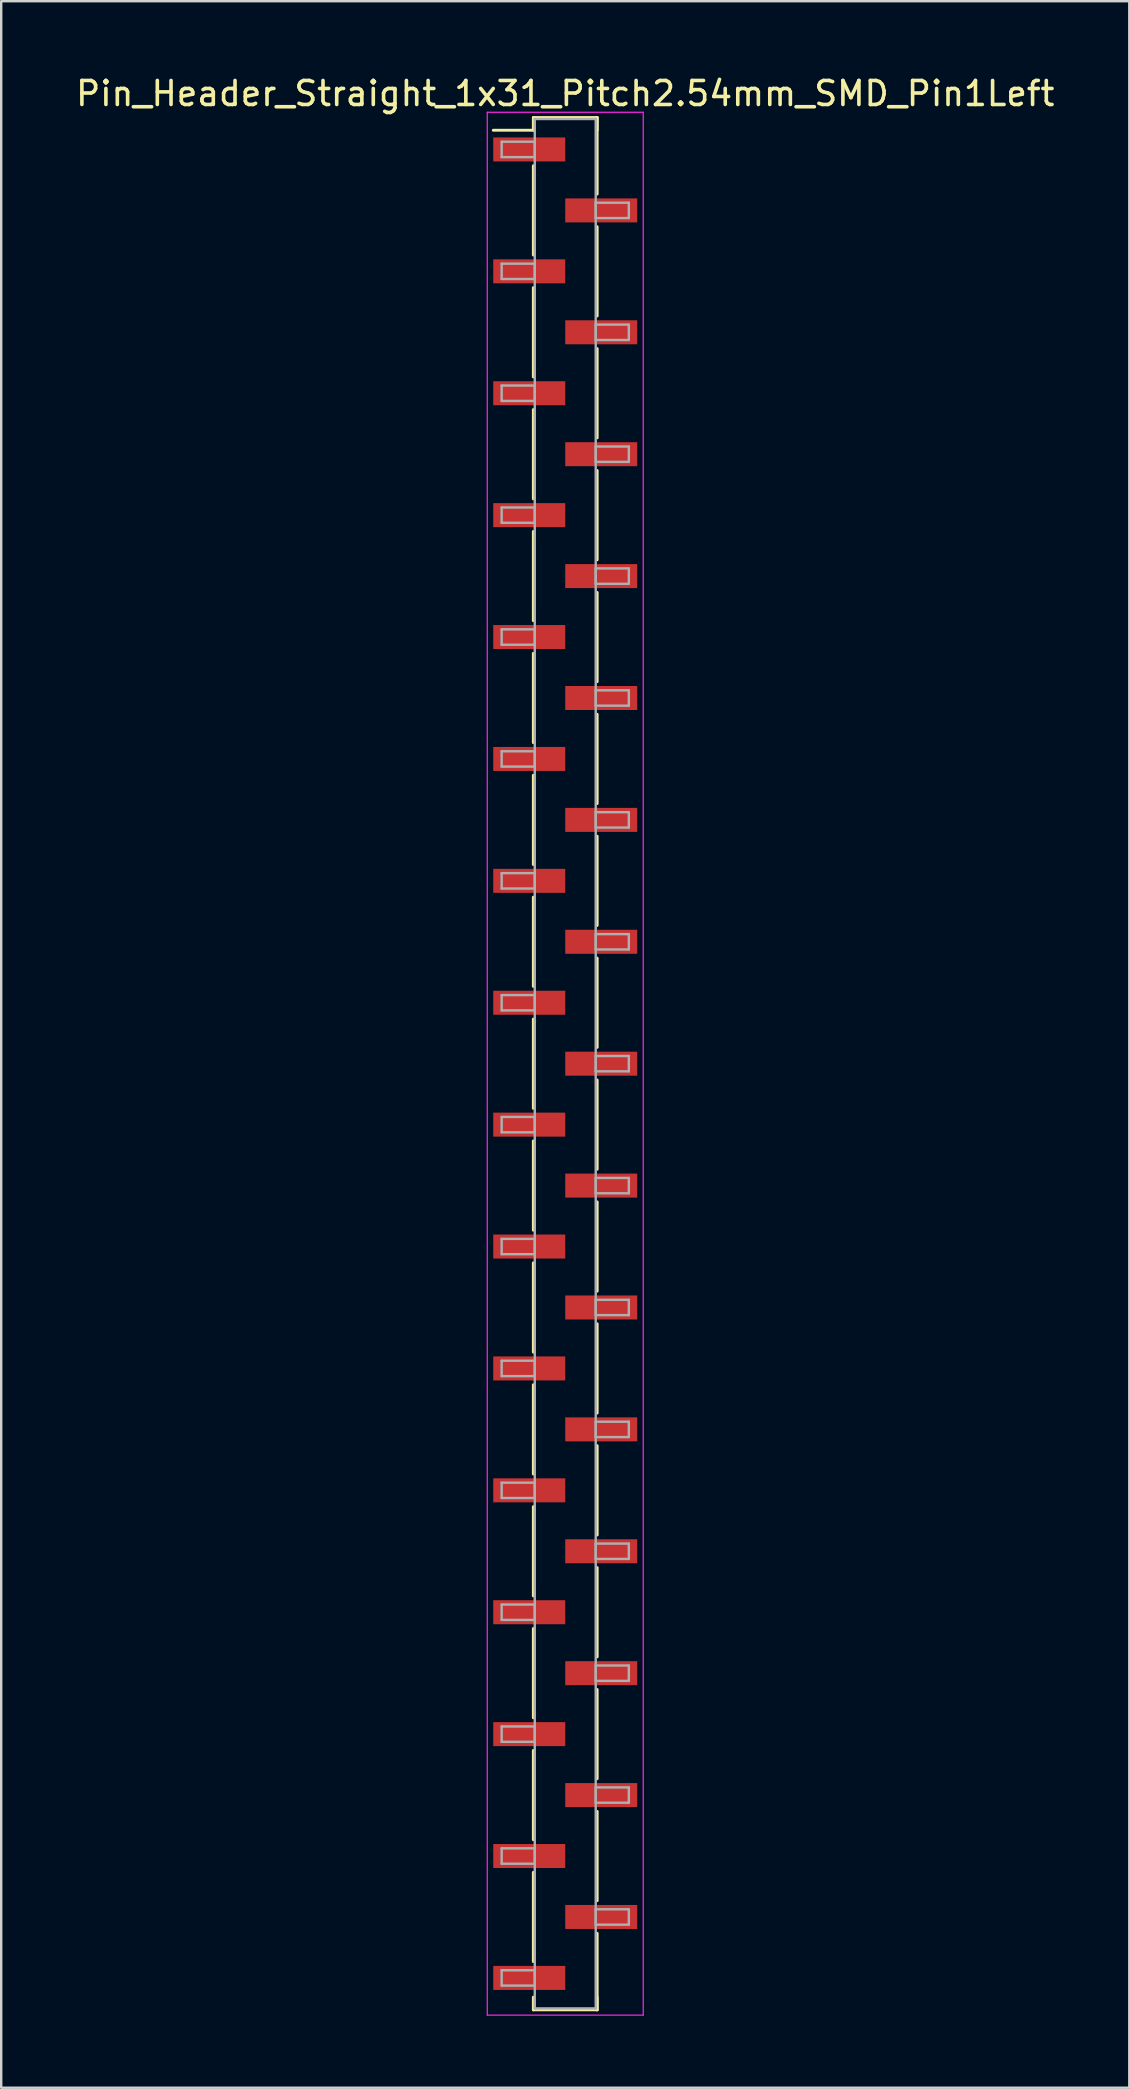
<source format=kicad_pcb>
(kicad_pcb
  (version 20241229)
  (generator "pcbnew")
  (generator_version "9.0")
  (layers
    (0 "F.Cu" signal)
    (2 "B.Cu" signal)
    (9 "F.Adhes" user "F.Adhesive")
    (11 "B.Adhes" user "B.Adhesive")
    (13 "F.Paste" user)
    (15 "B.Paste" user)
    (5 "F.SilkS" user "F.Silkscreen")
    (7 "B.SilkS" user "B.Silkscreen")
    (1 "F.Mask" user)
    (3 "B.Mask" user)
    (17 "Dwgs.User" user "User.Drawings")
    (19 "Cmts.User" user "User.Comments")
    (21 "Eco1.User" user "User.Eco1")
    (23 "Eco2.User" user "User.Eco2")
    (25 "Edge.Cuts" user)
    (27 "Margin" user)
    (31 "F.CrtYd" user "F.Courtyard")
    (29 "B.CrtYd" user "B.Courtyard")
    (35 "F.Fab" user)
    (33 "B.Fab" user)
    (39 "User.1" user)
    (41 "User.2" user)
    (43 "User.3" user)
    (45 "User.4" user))
  (footprint "Pin_Header_Straight_1x31_Pitch2.54mm_SMD_Pin1Left"
    (layer "F.Cu")
    (at 20.506 41.278)
    (property "Reference" "Pin_Header_Straight_1x31_Pitch2.54mm_SMD_Pin1Left" (at 0 -40.43 0) (layer "F.SilkS") (effects (font (size 1 1) (thickness 0.15))))
    (attr smd)
    (fp_line (start -1.33 -39.43) (end 1.33 -39.43) (stroke (width 0.12) (type solid)) (layer "F.SilkS"))
    (fp_line (start -1.33 -38.9) (end -3 -38.9) (stroke (width 0.12) (type solid)) (layer "F.SilkS"))
    (fp_line (start -1.33 -38.9) (end -1.33 -39.43) (stroke (width 0.12) (type solid)) (layer "F.SilkS"))
    (fp_line (start -1.33 -37.42) (end -1.33 -33.7) (stroke (width 0.12) (type solid)) (layer "F.SilkS"))
    (fp_line (start -1.33 -32.34) (end -1.33 -28.62) (stroke (width 0.12) (type solid)) (layer "F.SilkS"))
    (fp_line (start -1.33 -27.26) (end -1.33 -23.54) (stroke (width 0.12) (type solid)) (layer "F.SilkS"))
    (fp_line (start -1.33 -22.18) (end -1.33 -18.46) (stroke (width 0.12) (type solid)) (layer "F.SilkS"))
    (fp_line (start -1.33 -17.1) (end -1.33 -13.38) (stroke (width 0.12) (type solid)) (layer "F.SilkS"))
    (fp_line (start -1.33 -12.02) (end -1.33 -8.3) (stroke (width 0.12) (type solid)) (layer "F.SilkS"))
    (fp_line (start -1.33 -6.94) (end -1.33 -3.22) (stroke (width 0.12) (type solid)) (layer "F.SilkS"))
    (fp_line (start -1.33 -1.86) (end -1.33 1.86) (stroke (width 0.12) (type solid)) (layer "F.SilkS"))
    (fp_line (start -1.33 3.22) (end -1.33 6.94) (stroke (width 0.12) (type solid)) (layer "F.SilkS"))
    (fp_line (start -1.33 8.3) (end -1.33 12.02) (stroke (width 0.12) (type solid)) (layer "F.SilkS"))
    (fp_line (start -1.33 13.38) (end -1.33 17.1) (stroke (width 0.12) (type solid)) (layer "F.SilkS"))
    (fp_line (start -1.33 18.46) (end -1.33 22.18) (stroke (width 0.12) (type solid)) (layer "F.SilkS"))
    (fp_line (start -1.33 23.54) (end -1.33 27.26) (stroke (width 0.12) (type solid)) (layer "F.SilkS"))
    (fp_line (start -1.33 28.62) (end -1.33 32.34) (stroke (width 0.12) (type solid)) (layer "F.SilkS"))
    (fp_line (start -1.33 33.7) (end -1.33 37.42) (stroke (width 0.12) (type solid)) (layer "F.SilkS"))
    (fp_line (start -1.33 38.9) (end -1.33 39.43) (stroke (width 0.12) (type solid)) (layer "F.SilkS"))
    (fp_line (start -1.33 39.43) (end 1.33 39.43) (stroke (width 0.12) (type solid)) (layer "F.SilkS"))
    (fp_line (start 1.33 -39.43) (end 1.33 -38.9) (stroke (width 0.12) (type solid)) (layer "F.SilkS"))
    (fp_line (start 1.33 -39.43) (end 1.33 -36.24) (stroke (width 0.12) (type solid)) (layer "F.SilkS"))
    (fp_line (start 1.33 -34.88) (end 1.33 -31.16) (stroke (width 0.12) (type solid)) (layer "F.SilkS"))
    (fp_line (start 1.33 -29.8) (end 1.33 -26.08) (stroke (width 0.12) (type solid)) (layer "F.SilkS"))
    (fp_line (start 1.33 -24.72) (end 1.33 -21) (stroke (width 0.12) (type solid)) (layer "F.SilkS"))
    (fp_line (start 1.33 -19.64) (end 1.33 -15.92) (stroke (width 0.12) (type solid)) (layer "F.SilkS"))
    (fp_line (start 1.33 -14.56) (end 1.33 -10.84) (stroke (width 0.12) (type solid)) (layer "F.SilkS"))
    (fp_line (start 1.33 -9.48) (end 1.33 -5.76) (stroke (width 0.12) (type solid)) (layer "F.SilkS"))
    (fp_line (start 1.33 -4.4) (end 1.33 -0.68) (stroke (width 0.12) (type solid)) (layer "F.SilkS"))
    (fp_line (start 1.33 0.68) (end 1.33 4.4) (stroke (width 0.12) (type solid)) (layer "F.SilkS"))
    (fp_line (start 1.33 5.76) (end 1.33 9.48) (stroke (width 0.12) (type solid)) (layer "F.SilkS"))
    (fp_line (start 1.33 10.84) (end 1.33 14.56) (stroke (width 0.12) (type solid)) (layer "F.SilkS"))
    (fp_line (start 1.33 15.92) (end 1.33 19.64) (stroke (width 0.12) (type solid)) (layer "F.SilkS"))
    (fp_line (start 1.33 21) (end 1.33 24.72) (stroke (width 0.12) (type solid)) (layer "F.SilkS"))
    (fp_line (start 1.33 26.08) (end 1.33 29.8) (stroke (width 0.12) (type solid)) (layer "F.SilkS"))
    (fp_line (start 1.33 31.16) (end 1.33 34.88) (stroke (width 0.12) (type solid)) (layer "F.SilkS"))
    (fp_line (start 1.33 36.24) (end 1.33 39.43) (stroke (width 0.12) (type solid)) (layer "F.SilkS"))
    (fp_line (start 1.33 39.43) (end 1.33 38.9) (stroke (width 0.12) (type solid)) (layer "F.SilkS"))
    (fp_line (start -3.25 -39.65) (end -3.25 39.65) (stroke (width 0.05) (type solid)) (layer "F.CrtYd"))
    (fp_line (start -3.25 39.65) (end 3.25 39.65) (stroke (width 0.05) (type solid)) (layer "F.CrtYd"))
    (fp_line (start 3.25 -39.65) (end -3.25 -39.65) (stroke (width 0.05) (type solid)) (layer "F.CrtYd"))
    (fp_line (start 3.25 39.65) (end 3.25 -39.65) (stroke (width 0.05) (type solid)) (layer "F.CrtYd"))
    (fp_line (start -2.65 -38.42) (end -1.27 -38.42) (stroke (width 0.1) (type solid)) (layer "F.Fab"))
    (fp_line (start -2.65 -37.78) (end -2.65 -38.42) (stroke (width 0.1) (type solid)) (layer "F.Fab"))
    (fp_line (start -2.65 -33.34) (end -1.27 -33.34) (stroke (width 0.1) (type solid)) (layer "F.Fab"))
    (fp_line (start -2.65 -32.7) (end -2.65 -33.34) (stroke (width 0.1) (type solid)) (layer "F.Fab"))
    (fp_line (start -2.65 -28.26) (end -1.27 -28.26) (stroke (width 0.1) (type solid)) (layer "F.Fab"))
    (fp_line (start -2.65 -27.62) (end -2.65 -28.26) (stroke (width 0.1) (type solid)) (layer "F.Fab"))
    (fp_line (start -2.65 -23.18) (end -1.27 -23.18) (stroke (width 0.1) (type solid)) (layer "F.Fab"))
    (fp_line (start -2.65 -22.54) (end -2.65 -23.18) (stroke (width 0.1) (type solid)) (layer "F.Fab"))
    (fp_line (start -2.65 -18.1) (end -1.27 -18.1) (stroke (width 0.1) (type solid)) (layer "F.Fab"))
    (fp_line (start -2.65 -17.46) (end -2.65 -18.1) (stroke (width 0.1) (type solid)) (layer "F.Fab"))
    (fp_line (start -2.65 -13.02) (end -1.27 -13.02) (stroke (width 0.1) (type solid)) (layer "F.Fab"))
    (fp_line (start -2.65 -12.38) (end -2.65 -13.02) (stroke (width 0.1) (type solid)) (layer "F.Fab"))
    (fp_line (start -2.65 -7.94) (end -1.27 -7.94) (stroke (width 0.1) (type solid)) (layer "F.Fab"))
    (fp_line (start -2.65 -7.3) (end -2.65 -7.94) (stroke (width 0.1) (type solid)) (layer "F.Fab"))
    (fp_line (start -2.65 -2.86) (end -1.27 -2.86) (stroke (width 0.1) (type solid)) (layer "F.Fab"))
    (fp_line (start -2.65 -2.22) (end -2.65 -2.86) (stroke (width 0.1) (type solid)) (layer "F.Fab"))
    (fp_line (start -2.65 2.22) (end -1.27 2.22) (stroke (width 0.1) (type solid)) (layer "F.Fab"))
    (fp_line (start -2.65 2.86) (end -2.65 2.22) (stroke (width 0.1) (type solid)) (layer "F.Fab"))
    (fp_line (start -2.65 7.3) (end -1.27 7.3) (stroke (width 0.1) (type solid)) (layer "F.Fab"))
    (fp_line (start -2.65 7.94) (end -2.65 7.3) (stroke (width 0.1) (type solid)) (layer "F.Fab"))
    (fp_line (start -2.65 12.38) (end -1.27 12.38) (stroke (width 0.1) (type solid)) (layer "F.Fab"))
    (fp_line (start -2.65 13.02) (end -2.65 12.38) (stroke (width 0.1) (type solid)) (layer "F.Fab"))
    (fp_line (start -2.65 17.46) (end -1.27 17.46) (stroke (width 0.1) (type solid)) (layer "F.Fab"))
    (fp_line (start -2.65 18.1) (end -2.65 17.46) (stroke (width 0.1) (type solid)) (layer "F.Fab"))
    (fp_line (start -2.65 22.54) (end -1.27 22.54) (stroke (width 0.1) (type solid)) (layer "F.Fab"))
    (fp_line (start -2.65 23.18) (end -2.65 22.54) (stroke (width 0.1) (type solid)) (layer "F.Fab"))
    (fp_line (start -2.65 27.62) (end -1.27 27.62) (stroke (width 0.1) (type solid)) (layer "F.Fab"))
    (fp_line (start -2.65 28.26) (end -2.65 27.62) (stroke (width 0.1) (type solid)) (layer "F.Fab"))
    (fp_line (start -2.65 32.7) (end -1.27 32.7) (stroke (width 0.1) (type solid)) (layer "F.Fab"))
    (fp_line (start -2.65 33.34) (end -2.65 32.7) (stroke (width 0.1) (type solid)) (layer "F.Fab"))
    (fp_line (start -2.65 37.78) (end -1.27 37.78) (stroke (width 0.1) (type solid)) (layer "F.Fab"))
    (fp_line (start -2.65 38.42) (end -2.65 37.78) (stroke (width 0.1) (type solid)) (layer "F.Fab"))
    (fp_line (start -1.27 -39.37) (end -1.27 39.37) (stroke (width 0.1) (type solid)) (layer "F.Fab"))
    (fp_line (start -1.27 -38.42) (end -1.27 -37.78) (stroke (width 0.1) (type solid)) (layer "F.Fab"))
    (fp_line (start -1.27 -37.78) (end -2.65 -37.78) (stroke (width 0.1) (type solid)) (layer "F.Fab"))
    (fp_line (start -1.27 -33.34) (end -1.27 -32.7) (stroke (width 0.1) (type solid)) (layer "F.Fab"))
    (fp_line (start -1.27 -32.7) (end -2.65 -32.7) (stroke (width 0.1) (type solid)) (layer "F.Fab"))
    (fp_line (start -1.27 -28.26) (end -1.27 -27.62) (stroke (width 0.1) (type solid)) (layer "F.Fab"))
    (fp_line (start -1.27 -27.62) (end -2.65 -27.62) (stroke (width 0.1) (type solid)) (layer "F.Fab"))
    (fp_line (start -1.27 -23.18) (end -1.27 -22.54) (stroke (width 0.1) (type solid)) (layer "F.Fab"))
    (fp_line (start -1.27 -22.54) (end -2.65 -22.54) (stroke (width 0.1) (type solid)) (layer "F.Fab"))
    (fp_line (start -1.27 -18.1) (end -1.27 -17.46) (stroke (width 0.1) (type solid)) (layer "F.Fab"))
    (fp_line (start -1.27 -17.46) (end -2.65 -17.46) (stroke (width 0.1) (type solid)) (layer "F.Fab"))
    (fp_line (start -1.27 -13.02) (end -1.27 -12.38) (stroke (width 0.1) (type solid)) (layer "F.Fab"))
    (fp_line (start -1.27 -12.38) (end -2.65 -12.38) (stroke (width 0.1) (type solid)) (layer "F.Fab"))
    (fp_line (start -1.27 -7.94) (end -1.27 -7.3) (stroke (width 0.1) (type solid)) (layer "F.Fab"))
    (fp_line (start -1.27 -7.3) (end -2.65 -7.3) (stroke (width 0.1) (type solid)) (layer "F.Fab"))
    (fp_line (start -1.27 -2.86) (end -1.27 -2.22) (stroke (width 0.1) (type solid)) (layer "F.Fab"))
    (fp_line (start -1.27 -2.22) (end -2.65 -2.22) (stroke (width 0.1) (type solid)) (layer "F.Fab"))
    (fp_line (start -1.27 2.22) (end -1.27 2.86) (stroke (width 0.1) (type solid)) (layer "F.Fab"))
    (fp_line (start -1.27 2.86) (end -2.65 2.86) (stroke (width 0.1) (type solid)) (layer "F.Fab"))
    (fp_line (start -1.27 7.3) (end -1.27 7.94) (stroke (width 0.1) (type solid)) (layer "F.Fab"))
    (fp_line (start -1.27 7.94) (end -2.65 7.94) (stroke (width 0.1) (type solid)) (layer "F.Fab"))
    (fp_line (start -1.27 12.38) (end -1.27 13.02) (stroke (width 0.1) (type solid)) (layer "F.Fab"))
    (fp_line (start -1.27 13.02) (end -2.65 13.02) (stroke (width 0.1) (type solid)) (layer "F.Fab"))
    (fp_line (start -1.27 17.46) (end -1.27 18.1) (stroke (width 0.1) (type solid)) (layer "F.Fab"))
    (fp_line (start -1.27 18.1) (end -2.65 18.1) (stroke (width 0.1) (type solid)) (layer "F.Fab"))
    (fp_line (start -1.27 22.54) (end -1.27 23.18) (stroke (width 0.1) (type solid)) (layer "F.Fab"))
    (fp_line (start -1.27 23.18) (end -2.65 23.18) (stroke (width 0.1) (type solid)) (layer "F.Fab"))
    (fp_line (start -1.27 27.62) (end -1.27 28.26) (stroke (width 0.1) (type solid)) (layer "F.Fab"))
    (fp_line (start -1.27 28.26) (end -2.65 28.26) (stroke (width 0.1) (type solid)) (layer "F.Fab"))
    (fp_line (start -1.27 32.7) (end -1.27 33.34) (stroke (width 0.1) (type solid)) (layer "F.Fab"))
    (fp_line (start -1.27 33.34) (end -2.65 33.34) (stroke (width 0.1) (type solid)) (layer "F.Fab"))
    (fp_line (start -1.27 37.78) (end -1.27 38.42) (stroke (width 0.1) (type solid)) (layer "F.Fab"))
    (fp_line (start -1.27 38.42) (end -2.65 38.42) (stroke (width 0.1) (type solid)) (layer "F.Fab"))
    (fp_line (start -1.27 39.37) (end 1.27 39.37) (stroke (width 0.1) (type solid)) (layer "F.Fab"))
    (fp_line (start 1.27 -39.37) (end -1.27 -39.37) (stroke (width 0.1) (type solid)) (layer "F.Fab"))
    (fp_line (start 1.27 -35.88) (end 1.27 -35.24) (stroke (width 0.1) (type solid)) (layer "F.Fab"))
    (fp_line (start 1.27 -35.24) (end 2.65 -35.24) (stroke (width 0.1) (type solid)) (layer "F.Fab"))
    (fp_line (start 1.27 -30.8) (end 1.27 -30.16) (stroke (width 0.1) (type solid)) (layer "F.Fab"))
    (fp_line (start 1.27 -30.16) (end 2.65 -30.16) (stroke (width 0.1) (type solid)) (layer "F.Fab"))
    (fp_line (start 1.27 -25.72) (end 1.27 -25.08) (stroke (width 0.1) (type solid)) (layer "F.Fab"))
    (fp_line (start 1.27 -25.08) (end 2.65 -25.08) (stroke (width 0.1) (type solid)) (layer "F.Fab"))
    (fp_line (start 1.27 -20.64) (end 1.27 -20) (stroke (width 0.1) (type solid)) (layer "F.Fab"))
    (fp_line (start 1.27 -20) (end 2.65 -20) (stroke (width 0.1) (type solid)) (layer "F.Fab"))
    (fp_line (start 1.27 -15.56) (end 1.27 -14.92) (stroke (width 0.1) (type solid)) (layer "F.Fab"))
    (fp_line (start 1.27 -14.92) (end 2.65 -14.92) (stroke (width 0.1) (type solid)) (layer "F.Fab"))
    (fp_line (start 1.27 -10.48) (end 1.27 -9.84) (stroke (width 0.1) (type solid)) (layer "F.Fab"))
    (fp_line (start 1.27 -9.84) (end 2.65 -9.84) (stroke (width 0.1) (type solid)) (layer "F.Fab"))
    (fp_line (start 1.27 -5.4) (end 1.27 -4.76) (stroke (width 0.1) (type solid)) (layer "F.Fab"))
    (fp_line (start 1.27 -4.76) (end 2.65 -4.76) (stroke (width 0.1) (type solid)) (layer "F.Fab"))
    (fp_line (start 1.27 -0.32) (end 1.27 0.32) (stroke (width 0.1) (type solid)) (layer "F.Fab"))
    (fp_line (start 1.27 0.32) (end 2.65 0.32) (stroke (width 0.1) (type solid)) (layer "F.Fab"))
    (fp_line (start 1.27 4.76) (end 1.27 5.4) (stroke (width 0.1) (type solid)) (layer "F.Fab"))
    (fp_line (start 1.27 5.4) (end 2.65 5.4) (stroke (width 0.1) (type solid)) (layer "F.Fab"))
    (fp_line (start 1.27 9.84) (end 1.27 10.48) (stroke (width 0.1) (type solid)) (layer "F.Fab"))
    (fp_line (start 1.27 10.48) (end 2.65 10.48) (stroke (width 0.1) (type solid)) (layer "F.Fab"))
    (fp_line (start 1.27 14.92) (end 1.27 15.56) (stroke (width 0.1) (type solid)) (layer "F.Fab"))
    (fp_line (start 1.27 15.56) (end 2.65 15.56) (stroke (width 0.1) (type solid)) (layer "F.Fab"))
    (fp_line (start 1.27 20) (end 1.27 20.64) (stroke (width 0.1) (type solid)) (layer "F.Fab"))
    (fp_line (start 1.27 20.64) (end 2.65 20.64) (stroke (width 0.1) (type solid)) (layer "F.Fab"))
    (fp_line (start 1.27 25.08) (end 1.27 25.72) (stroke (width 0.1) (type solid)) (layer "F.Fab"))
    (fp_line (start 1.27 25.72) (end 2.65 25.72) (stroke (width 0.1) (type solid)) (layer "F.Fab"))
    (fp_line (start 1.27 30.16) (end 1.27 30.8) (stroke (width 0.1) (type solid)) (layer "F.Fab"))
    (fp_line (start 1.27 30.8) (end 2.65 30.8) (stroke (width 0.1) (type solid)) (layer "F.Fab"))
    (fp_line (start 1.27 35.24) (end 1.27 35.88) (stroke (width 0.1) (type solid)) (layer "F.Fab"))
    (fp_line (start 1.27 35.88) (end 2.65 35.88) (stroke (width 0.1) (type solid)) (layer "F.Fab"))
    (fp_line (start 1.27 39.37) (end 1.27 -39.37) (stroke (width 0.1) (type solid)) (layer "F.Fab"))
    (fp_line (start 2.65 -35.88) (end 1.27 -35.88) (stroke (width 0.1) (type solid)) (layer "F.Fab"))
    (fp_line (start 2.65 -35.24) (end 2.65 -35.88) (stroke (width 0.1) (type solid)) (layer "F.Fab"))
    (fp_line (start 2.65 -30.8) (end 1.27 -30.8) (stroke (width 0.1) (type solid)) (layer "F.Fab"))
    (fp_line (start 2.65 -30.16) (end 2.65 -30.8) (stroke (width 0.1) (type solid)) (layer "F.Fab"))
    (fp_line (start 2.65 -25.72) (end 1.27 -25.72) (stroke (width 0.1) (type solid)) (layer "F.Fab"))
    (fp_line (start 2.65 -25.08) (end 2.65 -25.72) (stroke (width 0.1) (type solid)) (layer "F.Fab"))
    (fp_line (start 2.65 -20.64) (end 1.27 -20.64) (stroke (width 0.1) (type solid)) (layer "F.Fab"))
    (fp_line (start 2.65 -20) (end 2.65 -20.64) (stroke (width 0.1) (type solid)) (layer "F.Fab"))
    (fp_line (start 2.65 -15.56) (end 1.27 -15.56) (stroke (width 0.1) (type solid)) (layer "F.Fab"))
    (fp_line (start 2.65 -14.92) (end 2.65 -15.56) (stroke (width 0.1) (type solid)) (layer "F.Fab"))
    (fp_line (start 2.65 -10.48) (end 1.27 -10.48) (stroke (width 0.1) (type solid)) (layer "F.Fab"))
    (fp_line (start 2.65 -9.84) (end 2.65 -10.48) (stroke (width 0.1) (type solid)) (layer "F.Fab"))
    (fp_line (start 2.65 -5.4) (end 1.27 -5.4) (stroke (width 0.1) (type solid)) (layer "F.Fab"))
    (fp_line (start 2.65 -4.76) (end 2.65 -5.4) (stroke (width 0.1) (type solid)) (layer "F.Fab"))
    (fp_line (start 2.65 -0.32) (end 1.27 -0.32) (stroke (width 0.1) (type solid)) (layer "F.Fab"))
    (fp_line (start 2.65 0.32) (end 2.65 -0.32) (stroke (width 0.1) (type solid)) (layer "F.Fab"))
    (fp_line (start 2.65 4.76) (end 1.27 4.76) (stroke (width 0.1) (type solid)) (layer "F.Fab"))
    (fp_line (start 2.65 5.4) (end 2.65 4.76) (stroke (width 0.1) (type solid)) (layer "F.Fab"))
    (fp_line (start 2.65 9.84) (end 1.27 9.84) (stroke (width 0.1) (type solid)) (layer "F.Fab"))
    (fp_line (start 2.65 10.48) (end 2.65 9.84) (stroke (width 0.1) (type solid)) (layer "F.Fab"))
    (fp_line (start 2.65 14.92) (end 1.27 14.92) (stroke (width 0.1) (type solid)) (layer "F.Fab"))
    (fp_line (start 2.65 15.56) (end 2.65 14.92) (stroke (width 0.1) (type solid)) (layer "F.Fab"))
    (fp_line (start 2.65 20) (end 1.27 20) (stroke (width 0.1) (type solid)) (layer "F.Fab"))
    (fp_line (start 2.65 20.64) (end 2.65 20) (stroke (width 0.1) (type solid)) (layer "F.Fab"))
    (fp_line (start 2.65 25.08) (end 1.27 25.08) (stroke (width 0.1) (type solid)) (layer "F.Fab"))
    (fp_line (start 2.65 25.72) (end 2.65 25.08) (stroke (width 0.1) (type solid)) (layer "F.Fab"))
    (fp_line (start 2.65 30.16) (end 1.27 30.16) (stroke (width 0.1) (type solid)) (layer "F.Fab"))
    (fp_line (start 2.65 30.8) (end 2.65 30.16) (stroke (width 0.1) (type solid)) (layer "F.Fab"))
    (fp_line (start 2.65 35.24) (end 1.27 35.24) (stroke (width 0.1) (type solid)) (layer "F.Fab"))
    (fp_line (start 2.65 35.88) (end 2.65 35.24) (stroke (width 0.1) (type solid)) (layer "F.Fab"))
    (pad "1" smd rect (at -1.5 -38.1) (size 3 1) (layers "F.Cu" "F.Mask"))
    (pad "2" smd rect (at 1.5 -35.56) (size 3 1) (layers "F.Cu" "F.Mask"))
    (pad "3" smd rect (at -1.5 -33.02) (size 3 1) (layers "F.Cu" "F.Mask"))
    (pad "4" smd rect (at 1.5 -30.48) (size 3 1) (layers "F.Cu" "F.Mask"))
    (pad "5" smd rect (at -1.5 -27.94) (size 3 1) (layers "F.Cu" "F.Mask"))
    (pad "6" smd rect (at 1.5 -25.4) (size 3 1) (layers "F.Cu" "F.Mask"))
    (pad "7" smd rect (at -1.5 -22.86) (size 3 1) (layers "F.Cu" "F.Mask"))
    (pad "8" smd rect (at 1.5 -20.32) (size 3 1) (layers "F.Cu" "F.Mask"))
    (pad "9" smd rect (at -1.5 -17.78) (size 3 1) (layers "F.Cu" "F.Mask"))
    (pad "10" smd rect (at 1.5 -15.24) (size 3 1) (layers "F.Cu" "F.Mask"))
    (pad "11" smd rect (at -1.5 -12.7) (size 3 1) (layers "F.Cu" "F.Mask"))
    (pad "12" smd rect (at 1.5 -10.16) (size 3 1) (layers "F.Cu" "F.Mask"))
    (pad "13" smd rect (at -1.5 -7.62) (size 3 1) (layers "F.Cu" "F.Mask"))
    (pad "14" smd rect (at 1.5 -5.08) (size 3 1) (layers "F.Cu" "F.Mask"))
    (pad "15" smd rect (at -1.5 -2.54) (size 3 1) (layers "F.Cu" "F.Mask"))
    (pad "16" smd rect (at 1.5 0) (size 3 1) (layers "F.Cu" "F.Mask"))
    (pad "17" smd rect (at -1.5 2.54) (size 3 1) (layers "F.Cu" "F.Mask"))
    (pad "18" smd rect (at 1.5 5.08) (size 3 1) (layers "F.Cu" "F.Mask"))
    (pad "19" smd rect (at -1.5 7.62) (size 3 1) (layers "F.Cu" "F.Mask"))
    (pad "20" smd rect (at 1.5 10.16) (size 3 1) (layers "F.Cu" "F.Mask"))
    (pad "21" smd rect (at -1.5 12.7) (size 3 1) (layers "F.Cu" "F.Mask"))
    (pad "22" smd rect (at 1.5 15.24) (size 3 1) (layers "F.Cu" "F.Mask"))
    (pad "23" smd rect (at -1.5 17.78) (size 3 1) (layers "F.Cu" "F.Mask"))
    (pad "24" smd rect (at 1.5 20.32) (size 3 1) (layers "F.Cu" "F.Mask"))
    (pad "25" smd rect (at -1.5 22.86) (size 3 1) (layers "F.Cu" "F.Mask"))
    (pad "26" smd rect (at 1.5 25.4) (size 3 1) (layers "F.Cu" "F.Mask"))
    (pad "27" smd rect (at -1.5 27.94) (size 3 1) (layers "F.Cu" "F.Mask"))
    (pad "28" smd rect (at 1.5 30.48) (size 3 1) (layers "F.Cu" "F.Mask"))
    (pad "29" smd rect (at -1.5 33.02) (size 3 1) (layers "F.Cu" "F.Mask"))
    (pad "30" smd rect (at 1.5 35.56) (size 3 1) (layers "F.Cu" "F.Mask"))
    (pad "31" smd rect (at -1.5 38.1) (size 3 1) (layers "F.Cu" "F.Mask")))
  (gr_rect
    (start -3 -3)
    (end 44.012 83.953)
    (stroke (width 0.1) (type default))
    (fill no)
    (layer "Edge.Cuts")))
</source>
